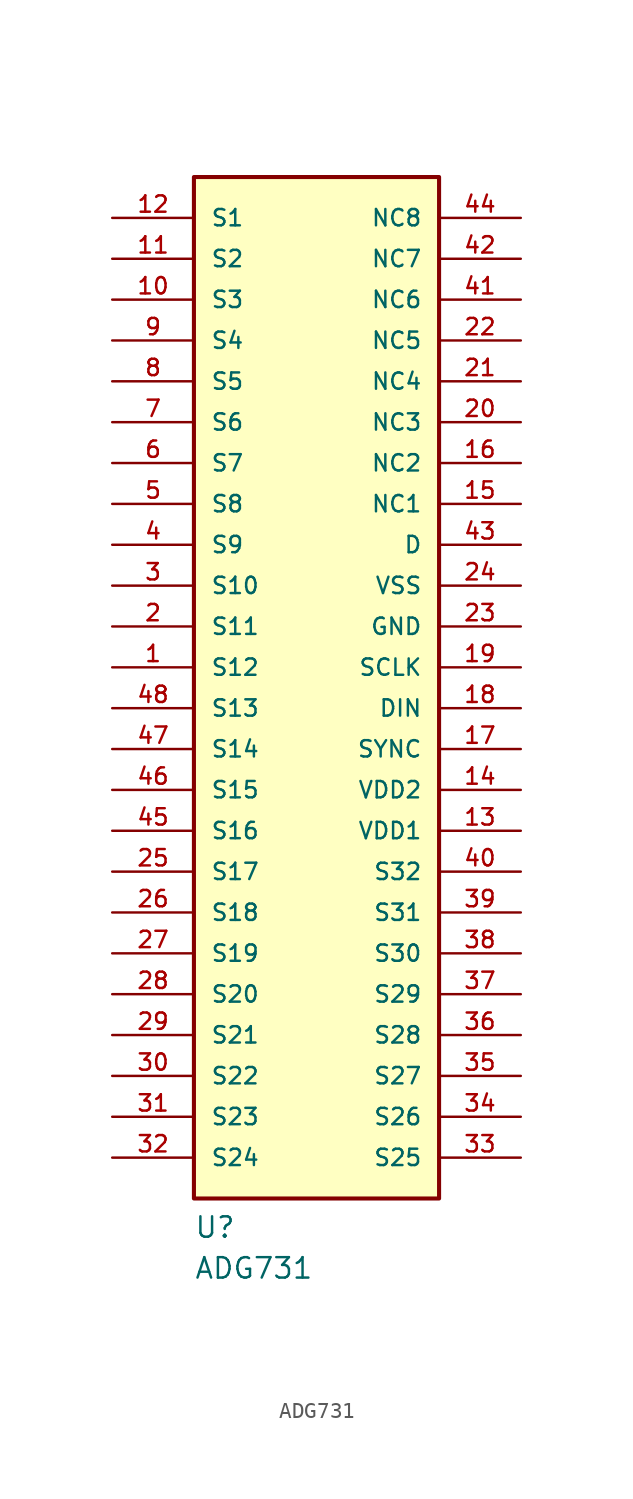
<source format=kicad_sym>
(kicad_symbol_lib
  (version 20211014)
  (generator kicad_symbol_editor)
  (symbol "ADG731"
    (pin_names
      (offset 1.016))
    (property "Reference" "U"
      (at -5.08 -38.1 0)
      (effects (font (size 1.27 1.27)) (justify bottom left)))
    (property "Value" "ADG731"
      (at -5.08 -40.64 0)
      (effects (font (size 1.27 1.27)) (justify bottom left)))
    (symbol "ADG731_0_0"
      (rectangle (start -5.08 -35.56) (end 10.16 27.94) (stroke (width 0.254)) (fill (type background)))
      (pin bidirectional line (at -10.16 25.4 0) (length 5.08) (name "S1" (effects (font (size 1.016 1.016)))) (number "12" (effects (font (size 1.016 1.016)))))
      (pin bidirectional line (at -10.16 22.86 0) (length 5.08) (name "S2" (effects (font (size 1.016 1.016)))) (number "11" (effects (font (size 1.016 1.016)))))
      (pin bidirectional line (at -10.16 20.32 0) (length 5.08) (name "S3" (effects (font (size 1.016 1.016)))) (number "10" (effects (font (size 1.016 1.016)))))
      (pin bidirectional line (at -10.16 17.78 0) (length 5.08) (name "S4" (effects (font (size 1.016 1.016)))) (number "9" (effects (font (size 1.016 1.016)))))
      (pin bidirectional line (at -10.16 15.24 0) (length 5.08) (name "S5" (effects (font (size 1.016 1.016)))) (number "8" (effects (font (size 1.016 1.016)))))
      (pin bidirectional line (at -10.16 12.7 0) (length 5.08) (name "S6" (effects (font (size 1.016 1.016)))) (number "7" (effects (font (size 1.016 1.016)))))
      (pin bidirectional line (at -10.16 10.16 0) (length 5.08) (name "S7" (effects (font (size 1.016 1.016)))) (number "6" (effects (font (size 1.016 1.016)))))
      (pin bidirectional line (at -10.16 7.62 0) (length 5.08) (name "S8" (effects (font (size 1.016 1.016)))) (number "5" (effects (font (size 1.016 1.016)))))
      (pin bidirectional line (at -10.16 5.08 0) (length 5.08) (name "S9" (effects (font (size 1.016 1.016)))) (number "4" (effects (font (size 1.016 1.016)))))
      (pin bidirectional line (at -10.16 2.54 0) (length 5.08) (name "S10" (effects (font (size 1.016 1.016)))) (number "3" (effects (font (size 1.016 1.016)))))
      (pin bidirectional line (at -10.16 0.0 0) (length 5.08) (name "S11" (effects (font (size 1.016 1.016)))) (number "2" (effects (font (size 1.016 1.016)))))
      (pin bidirectional line (at -10.16 -2.54 0) (length 5.08) (name "S12" (effects (font (size 1.016 1.016)))) (number "1" (effects (font (size 1.016 1.016)))))
      (pin bidirectional line (at -10.16 -5.08 0) (length 5.08) (name "S13" (effects (font (size 1.016 1.016)))) (number "48" (effects (font (size 1.016 1.016)))))
      (pin bidirectional line (at -10.16 -7.62 0) (length 5.08) (name "S14" (effects (font (size 1.016 1.016)))) (number "47" (effects (font (size 1.016 1.016)))))
      (pin bidirectional line (at -10.16 -10.16 0) (length 5.08) (name "S15" (effects (font (size 1.016 1.016)))) (number "46" (effects (font (size 1.016 1.016)))))
      (pin bidirectional line (at -10.16 -12.7 0) (length 5.08) (name "S16" (effects (font (size 1.016 1.016)))) (number "45" (effects (font (size 1.016 1.016)))))
      (pin bidirectional line (at -10.16 -15.24 0) (length 5.08) (name "S17" (effects (font (size 1.016 1.016)))) (number "25" (effects (font (size 1.016 1.016)))))
      (pin bidirectional line (at -10.16 -17.78 0) (length 5.08) (name "S18" (effects (font (size 1.016 1.016)))) (number "26" (effects (font (size 1.016 1.016)))))
      (pin bidirectional line (at -10.16 -20.32 0) (length 5.08) (name "S19" (effects (font (size 1.016 1.016)))) (number "27" (effects (font (size 1.016 1.016)))))
      (pin bidirectional line (at -10.16 -22.86 0) (length 5.08) (name "S20" (effects (font (size 1.016 1.016)))) (number "28" (effects (font (size 1.016 1.016)))))
      (pin bidirectional line (at -10.16 -25.4 0) (length 5.08) (name "S21" (effects (font (size 1.016 1.016)))) (number "29" (effects (font (size 1.016 1.016)))))
      (pin bidirectional line (at -10.16 -27.94 0) (length 5.08) (name "S22" (effects (font (size 1.016 1.016)))) (number "30" (effects (font (size 1.016 1.016)))))
      (pin bidirectional line (at -10.16 -30.48 0) (length 5.08) (name "S23" (effects (font (size 1.016 1.016)))) (number "31" (effects (font (size 1.016 1.016)))))
      (pin bidirectional line (at -10.16 -33.02 0) (length 5.08) (name "S24" (effects (font (size 1.016 1.016)))) (number "32" (effects (font (size 1.016 1.016)))))
      (pin bidirectional line (at 15.24 -33.02 180.0) (length 5.08) (name "S25" (effects (font (size 1.016 1.016)))) (number "33" (effects (font (size 1.016 1.016)))))
      (pin bidirectional line (at 15.24 -30.48 180.0) (length 5.08) (name "S26" (effects (font (size 1.016 1.016)))) (number "34" (effects (font (size 1.016 1.016)))))
      (pin bidirectional line (at 15.24 -27.94 180.0) (length 5.08) (name "S27" (effects (font (size 1.016 1.016)))) (number "35" (effects (font (size 1.016 1.016)))))
      (pin bidirectional line (at 15.24 -25.4 180.0) (length 5.08) (name "S28" (effects (font (size 1.016 1.016)))) (number "36" (effects (font (size 1.016 1.016)))))
      (pin bidirectional line (at 15.24 -22.86 180.0) (length 5.08) (name "S29" (effects (font (size 1.016 1.016)))) (number "37" (effects (font (size 1.016 1.016)))))
      (pin bidirectional line (at 15.24 -20.32 180.0) (length 5.08) (name "S30" (effects (font (size 1.016 1.016)))) (number "38" (effects (font (size 1.016 1.016)))))
      (pin bidirectional line (at 15.24 -17.78 180.0) (length 5.08) (name "S31" (effects (font (size 1.016 1.016)))) (number "39" (effects (font (size 1.016 1.016)))))
      (pin bidirectional line (at 15.24 -15.24 180.0) (length 5.08) (name "S32" (effects (font (size 1.016 1.016)))) (number "40" (effects (font (size 1.016 1.016)))))
      (pin bidirectional line (at 15.24 -12.7 180.0) (length 5.08) (name "VDD1" (effects (font (size 1.016 1.016)))) (number "13" (effects (font (size 1.016 1.016)))))
      (pin bidirectional line (at 15.24 -7.62 180.0) (length 5.08) (name "SYNC" (effects (font (size 1.016 1.016)))) (number "17" (effects (font (size 1.016 1.016)))))
      (pin bidirectional line (at 15.24 -5.08 180.0) (length 5.08) (name "DIN" (effects (font (size 1.016 1.016)))) (number "18" (effects (font (size 1.016 1.016)))))
      (pin bidirectional line (at 15.24 -2.54 180.0) (length 5.08) (name "SCLK" (effects (font (size 1.016 1.016)))) (number "19" (effects (font (size 1.016 1.016)))))
      (pin bidirectional line (at 15.24 0.0 180.0) (length 5.08) (name "GND" (effects (font (size 1.016 1.016)))) (number "23" (effects (font (size 1.016 1.016)))))
      (pin bidirectional line (at 15.24 2.54 180.0) (length 5.08) (name "VSS" (effects (font (size 1.016 1.016)))) (number "24" (effects (font (size 1.016 1.016)))))
      (pin bidirectional line (at 15.24 5.08 180.0) (length 5.08) (name "D" (effects (font (size 1.016 1.016)))) (number "43" (effects (font (size 1.016 1.016)))))
      (pin bidirectional line (at 15.24 -10.16 180.0) (length 5.08) (name "VDD2" (effects (font (size 1.016 1.016)))) (number "14" (effects (font (size 1.016 1.016)))))
      (pin bidirectional line (at 15.24 7.62 180.0) (length 5.08) (name "NC1" (effects (font (size 1.016 1.016)))) (number "15" (effects (font (size 1.016 1.016)))))
      (pin bidirectional line (at 15.24 10.16 180.0) (length 5.08) (name "NC2" (effects (font (size 1.016 1.016)))) (number "16" (effects (font (size 1.016 1.016)))))
      (pin bidirectional line (at 15.24 12.7 180.0) (length 5.08) (name "NC3" (effects (font (size 1.016 1.016)))) (number "20" (effects (font (size 1.016 1.016)))))
      (pin bidirectional line (at 15.24 15.24 180.0) (length 5.08) (name "NC4" (effects (font (size 1.016 1.016)))) (number "21" (effects (font (size 1.016 1.016)))))
      (pin bidirectional line (at 15.24 17.78 180.0) (length 5.08) (name "NC5" (effects (font (size 1.016 1.016)))) (number "22" (effects (font (size 1.016 1.016)))))
      (pin bidirectional line (at 15.24 20.32 180.0) (length 5.08) (name "NC6" (effects (font (size 1.016 1.016)))) (number "41" (effects (font (size 1.016 1.016)))))
      (pin bidirectional line (at 15.24 22.86 180.0) (length 5.08) (name "NC7" (effects (font (size 1.016 1.016)))) (number "42" (effects (font (size 1.016 1.016)))))
      (pin bidirectional line (at 15.24 25.4 180.0) (length 5.08) (name "NC8" (effects (font (size 1.016 1.016)))) (number "44" (effects (font (size 1.016 1.016))))))))
</source>
